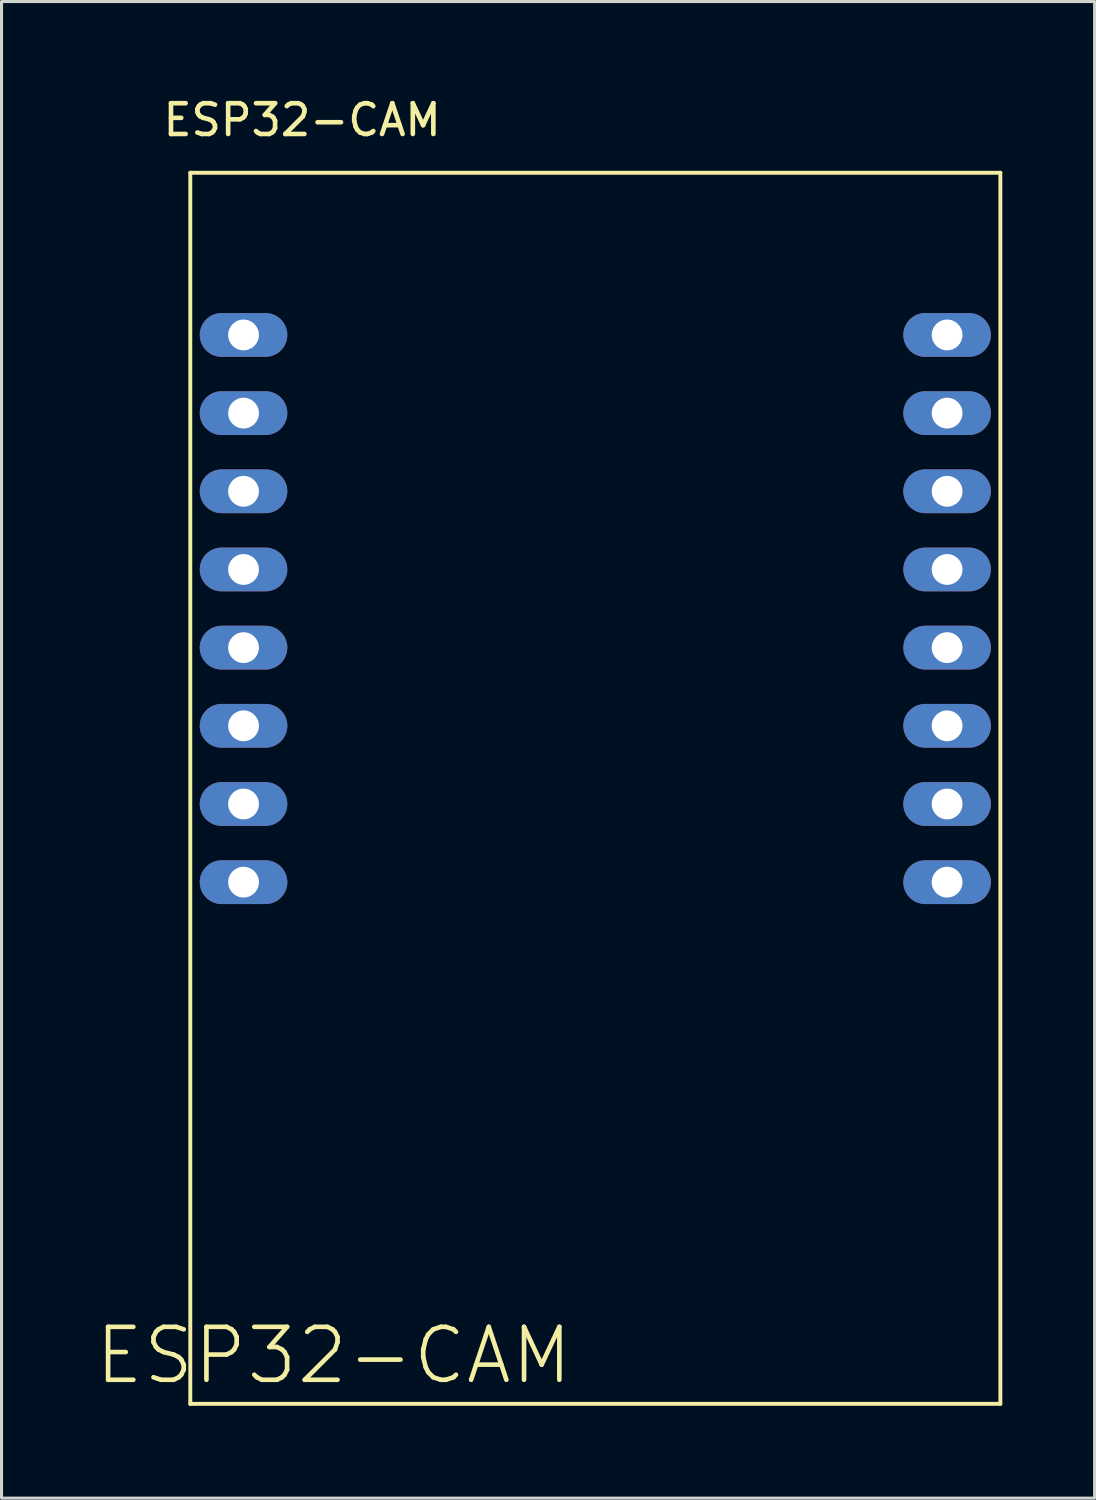
<source format=kicad_pcb>
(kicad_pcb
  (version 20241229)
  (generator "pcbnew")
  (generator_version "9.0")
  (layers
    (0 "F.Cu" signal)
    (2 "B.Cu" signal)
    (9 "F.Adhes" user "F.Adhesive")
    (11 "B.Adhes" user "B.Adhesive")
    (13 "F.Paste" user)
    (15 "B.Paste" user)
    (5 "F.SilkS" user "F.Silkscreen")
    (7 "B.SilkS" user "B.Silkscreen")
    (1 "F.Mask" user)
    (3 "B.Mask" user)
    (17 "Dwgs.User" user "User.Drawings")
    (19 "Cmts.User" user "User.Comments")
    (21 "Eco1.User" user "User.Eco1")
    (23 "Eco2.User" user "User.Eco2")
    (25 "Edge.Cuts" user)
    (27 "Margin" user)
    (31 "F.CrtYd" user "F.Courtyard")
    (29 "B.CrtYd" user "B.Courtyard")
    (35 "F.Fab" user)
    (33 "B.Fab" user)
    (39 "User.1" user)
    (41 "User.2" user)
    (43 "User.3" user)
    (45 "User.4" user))
  (footprint "ESP32-CAM"
    (layer "F.Cu")
    (at 16.293 17.993)
    (property "Reference" "ESP32-CAM" (at -9.525 -17.145 0) (layer "F.SilkS") (effects (font (size 1 1) (thickness 0.15))))
    (attr through_hole)
    (fp_line (start -13.16 -15.43) (end 13.16 -15.43) (stroke (width 0.127) (type solid)) (layer "F.SilkS"))
    (fp_line (start -13.16 24.57) (end -13.16 -15.43) (stroke (width 0.127) (type solid)) (layer "F.SilkS"))
    (fp_line (start 13.16 -15.43) (end 13.16 24.57) (stroke (width 0.127) (type solid)) (layer "F.SilkS"))
    (fp_line (start 13.16 24.57) (end -13.16 24.57) (stroke (width 0.127) (type solid)) (layer "F.SilkS"))
    (fp_text user "ESP32-CAM" (at -8.5 23 0) (layer "F.SilkS") (effects (font (size 1.72 1.72) (thickness 0.15))))
    (pad "1" thru_hole oval (at -11.43 -10.16) (size 2.845 1.422) (drill 1) (layers "*.Cu" "*.Mask"))
    (pad "2" thru_hole oval (at -11.43 -7.62) (size 2.845 1.422) (drill 1) (layers "*.Cu" "*.Mask"))
    (pad "3" thru_hole oval (at -11.43 -5.08) (size 2.845 1.422) (drill 1) (layers "*.Cu" "*.Mask"))
    (pad "4" thru_hole oval (at -11.43 -2.54) (size 2.845 1.422) (drill 1) (layers "*.Cu" "*.Mask"))
    (pad "5" thru_hole oval (at -11.43 0) (size 2.845 1.422) (drill 1) (layers "*.Cu" "*.Mask"))
    (pad "6" thru_hole oval (at -11.43 2.54) (size 2.845 1.422) (drill 1) (layers "*.Cu" "*.Mask"))
    (pad "7" thru_hole oval (at -11.43 5.08) (size 2.845 1.422) (drill 1) (layers "*.Cu" "*.Mask"))
    (pad "8" thru_hole oval (at -11.43 7.62) (size 2.845 1.422) (drill 1) (layers "*.Cu" "*.Mask"))
    (pad "9" thru_hole oval (at 11.43 7.62) (size 2.845 1.422) (drill 1) (layers "*.Cu" "*.Mask"))
    (pad "10" thru_hole oval (at 11.43 5.08) (size 2.845 1.422) (drill 1) (layers "*.Cu" "*.Mask"))
    (pad "11" thru_hole oval (at 11.43 2.54) (size 2.845 1.422) (drill 1) (layers "*.Cu" "*.Mask"))
    (pad "12" thru_hole oval (at 11.43 0) (size 2.845 1.422) (drill 1) (layers "*.Cu" "*.Mask"))
    (pad "13" thru_hole oval (at 11.43 -2.54) (size 2.845 1.422) (drill 1) (layers "*.Cu" "*.Mask"))
    (pad "14" thru_hole oval (at 11.43 -5.08) (size 2.845 1.422) (drill 1) (layers "*.Cu" "*.Mask"))
    (pad "15" thru_hole oval (at 11.43 -7.62) (size 2.845 1.422) (drill 1) (layers "*.Cu" "*.Mask"))
    (pad "16" thru_hole oval (at 11.43 -10.16) (size 2.845 1.422) (drill 1) (layers "*.Cu" "*.Mask")))
  (gr_rect
    (start -3 -3)
    (end 32.516 45.627)
    (stroke (width 0.1) (type default))
    (fill no)
    (layer "Edge.Cuts")))
</source>
